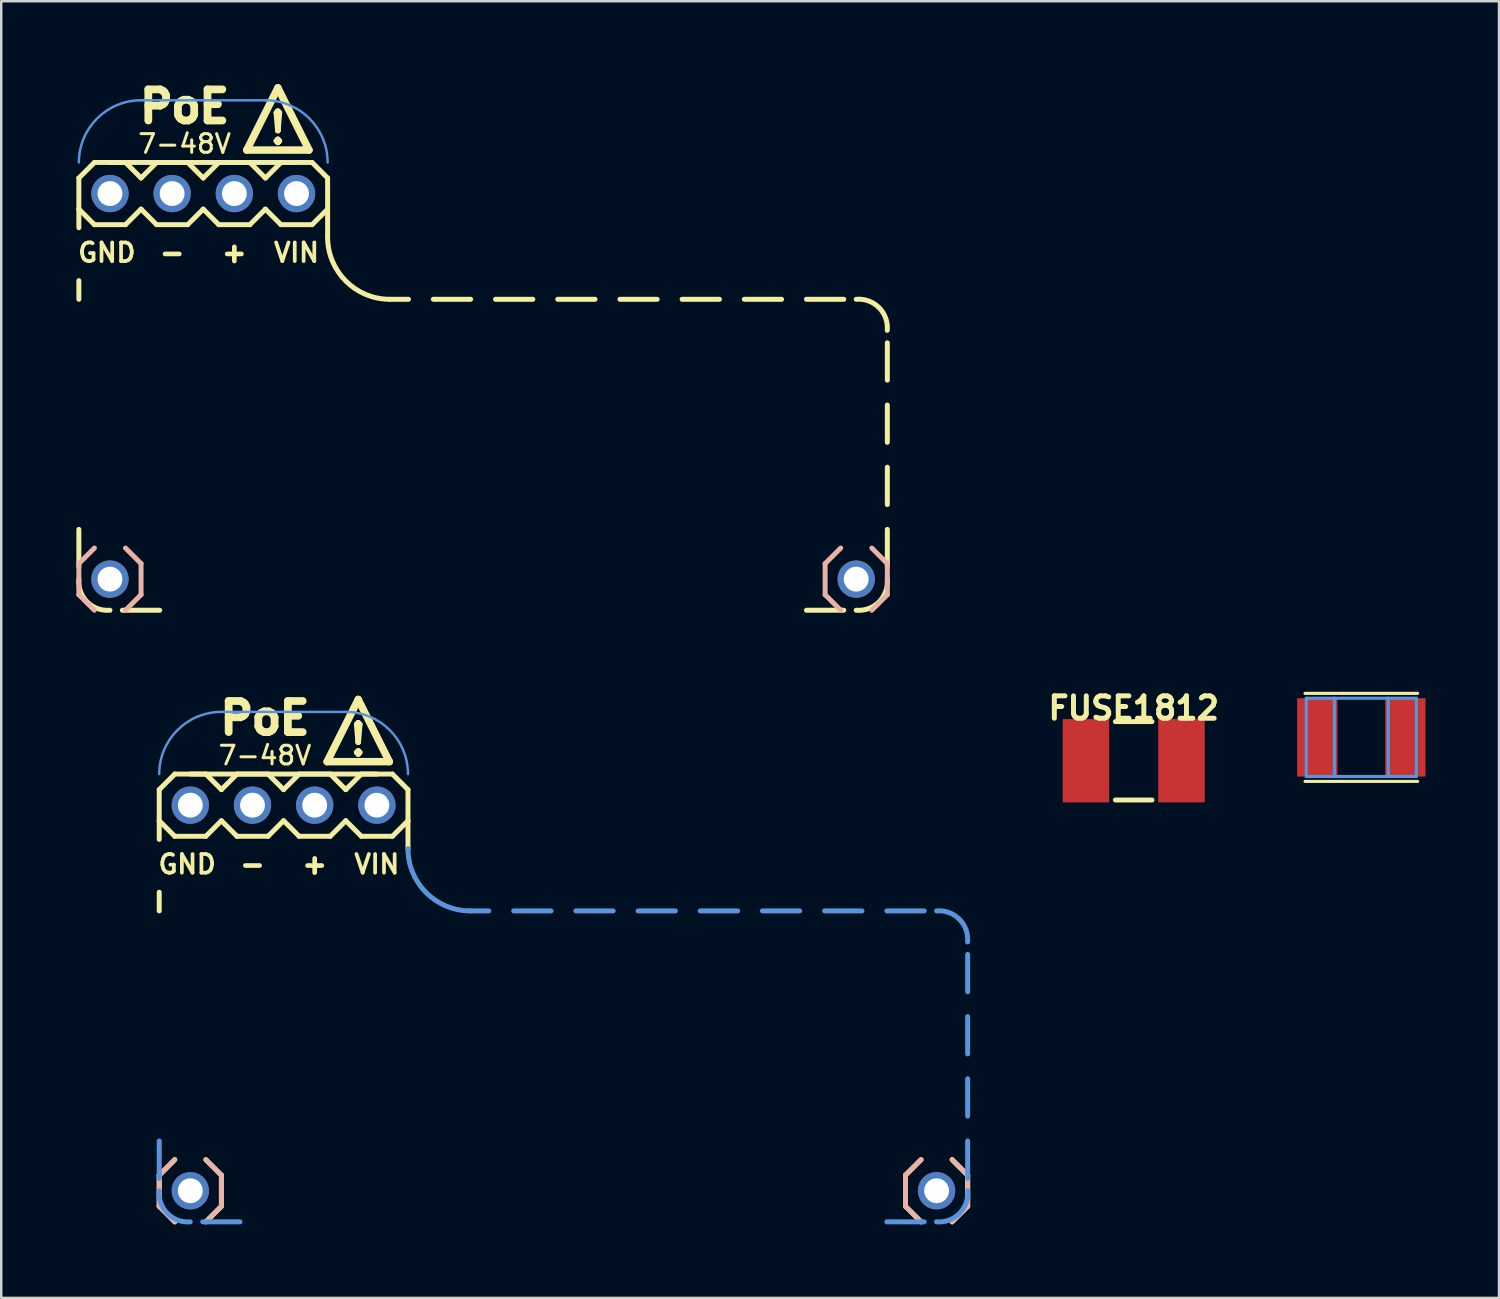
<source format=kicad_pcb>
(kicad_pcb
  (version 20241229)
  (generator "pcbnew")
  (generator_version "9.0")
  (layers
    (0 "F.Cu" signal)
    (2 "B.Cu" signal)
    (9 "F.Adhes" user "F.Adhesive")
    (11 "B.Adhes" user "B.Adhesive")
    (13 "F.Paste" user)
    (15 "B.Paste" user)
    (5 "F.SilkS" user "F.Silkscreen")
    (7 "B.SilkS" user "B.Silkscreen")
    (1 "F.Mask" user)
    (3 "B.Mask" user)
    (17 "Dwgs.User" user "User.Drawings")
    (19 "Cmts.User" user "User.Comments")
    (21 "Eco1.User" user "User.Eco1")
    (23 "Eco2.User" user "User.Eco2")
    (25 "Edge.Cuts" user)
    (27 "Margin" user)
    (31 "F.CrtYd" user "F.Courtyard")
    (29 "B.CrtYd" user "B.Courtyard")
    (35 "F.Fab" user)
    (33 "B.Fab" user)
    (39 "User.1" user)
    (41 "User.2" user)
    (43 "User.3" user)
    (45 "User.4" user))
  (footprint "FT-POE-MODULE"
    (layer "F.Cu")
    (at 1.441 4.856)
    (property "Reference" "FT-POE-MODULE" (at 3.937 3.81 0) (layer "Eco1.User") (effects (font (size 0.762 0.762) (thickness 0.127))))
    (attr through_hole)
    (fp_line (start -1.27 -0.635) (end -1.27 0.635) (stroke (width 0.203) (type solid)) (layer "F.SilkS"))
    (fp_line (start -1.27 0.635) (end -1.27 1.397) (stroke (width 0.203) (type solid)) (layer "F.SilkS"))
    (fp_line (start -1.27 0.635) (end -0.635 1.27) (stroke (width 0.203) (type solid)) (layer "F.SilkS"))
    (fp_line (start -1.27 3.556) (end -1.27 4.318) (stroke (width 0.203) (type solid)) (layer "F.SilkS"))
    (fp_line (start -1.27 13.716) (end -1.27 15.24) (stroke (width 0.203) (type solid)) (layer "F.SilkS"))
    (fp_line (start -0.635 -1.27) (end -1.27 -0.635) (stroke (width 0.203) (type solid)) (layer "F.SilkS"))
    (fp_line (start -0.635 -1.27) (end 0.635 -1.27) (stroke (width 0.203) (type solid)) (layer "F.SilkS"))
    (fp_line (start 0.635 -1.27) (end 1.27 -0.635) (stroke (width 0.203) (type solid)) (layer "F.SilkS"))
    (fp_line (start 0.635 1.27) (end -0.635 1.27) (stroke (width 0.203) (type solid)) (layer "F.SilkS"))
    (fp_line (start 1.27 -0.635) (end 1.905 -1.27) (stroke (width 0.203) (type solid)) (layer "F.SilkS"))
    (fp_line (start 1.27 0.635) (end 0.635 1.27) (stroke (width 0.203) (type solid)) (layer "F.SilkS"))
    (fp_line (start 1.905 -1.27) (end 3.175 -1.27) (stroke (width 0.203) (type solid)) (layer "F.SilkS"))
    (fp_line (start 1.905 1.27) (end 1.27 0.635) (stroke (width 0.203) (type solid)) (layer "F.SilkS"))
    (fp_line (start 2.032 17.018) (end 0.508 17.018) (stroke (width 0.203) (type solid)) (layer "F.SilkS"))
    (fp_line (start 3.175 -1.27) (end 3.81 -0.635) (stroke (width 0.203) (type solid)) (layer "F.SilkS"))
    (fp_line (start 3.175 1.27) (end 1.905 1.27) (stroke (width 0.203) (type solid)) (layer "F.SilkS"))
    (fp_line (start 3.81 -0.635) (end 4.445 -1.27) (stroke (width 0.203) (type solid)) (layer "F.SilkS"))
    (fp_line (start 3.81 0.635) (end 3.175 1.27) (stroke (width 0.203) (type solid)) (layer "F.SilkS"))
    (fp_line (start 4.445 -1.27) (end 5.715 -1.27) (stroke (width 0.203) (type solid)) (layer "F.SilkS"))
    (fp_line (start 4.445 1.27) (end 3.81 0.635) (stroke (width 0.203) (type solid)) (layer "F.SilkS"))
    (fp_line (start 5.588 -1.778) (end 6.858 -4.318) (stroke (width 0.305) (type solid)) (layer "F.SilkS"))
    (fp_line (start 5.715 -1.27) (end 6.35 -0.635) (stroke (width 0.203) (type solid)) (layer "F.SilkS"))
    (fp_line (start 5.715 1.27) (end 4.445 1.27) (stroke (width 0.203) (type solid)) (layer "F.SilkS"))
    (fp_line (start 6.35 0.635) (end 5.715 1.27) (stroke (width 0.203) (type solid)) (layer "F.SilkS"))
    (fp_line (start 6.35 0.635) (end 6.985 1.27) (stroke (width 0.203) (type solid)) (layer "F.SilkS"))
    (fp_line (start 6.858 -4.318) (end 8.128 -1.778) (stroke (width 0.305) (type solid)) (layer "F.SilkS"))
    (fp_line (start 6.985 -1.27) (end 6.35 -0.635) (stroke (width 0.203) (type solid)) (layer "F.SilkS"))
    (fp_line (start 6.985 -1.27) (end 8.255 -1.27) (stroke (width 0.203) (type solid)) (layer "F.SilkS"))
    (fp_line (start 7.62 -1.27) (end 0 -1.27) (stroke (width 0.203) (type solid)) (layer "F.SilkS"))
    (fp_line (start 8.128 -1.778) (end 5.588 -1.778) (stroke (width 0.305) (type solid)) (layer "F.SilkS"))
    (fp_line (start 8.255 -1.27) (end 8.89 -0.635) (stroke (width 0.203) (type solid)) (layer "F.SilkS"))
    (fp_line (start 8.255 1.27) (end 6.985 1.27) (stroke (width 0.203) (type solid)) (layer "F.SilkS"))
    (fp_line (start 8.89 -0.635) (end 8.89 0.635) (stroke (width 0.203) (type solid)) (layer "F.SilkS"))
    (fp_line (start 8.89 0.635) (end 8.255 1.27) (stroke (width 0.203) (type solid)) (layer "F.SilkS"))
    (fp_line (start 8.89 1.778) (end 8.89 0.635) (stroke (width 0.203) (type solid)) (layer "F.SilkS"))
    (fp_line (start 12.192 4.318) (end 11.43 4.318) (stroke (width 0.203) (type solid)) (layer "F.SilkS"))
    (fp_line (start 14.732 4.318) (end 13.208 4.318) (stroke (width 0.203) (type solid)) (layer "F.SilkS"))
    (fp_line (start 17.272 4.318) (end 15.748 4.318) (stroke (width 0.203) (type solid)) (layer "F.SilkS"))
    (fp_line (start 19.812 4.318) (end 18.288 4.318) (stroke (width 0.203) (type solid)) (layer "F.SilkS"))
    (fp_line (start 22.352 4.318) (end 20.828 4.318) (stroke (width 0.203) (type solid)) (layer "F.SilkS"))
    (fp_line (start 24.892 4.318) (end 23.368 4.318) (stroke (width 0.203) (type solid)) (layer "F.SilkS"))
    (fp_line (start 27.432 4.318) (end 25.908 4.318) (stroke (width 0.203) (type solid)) (layer "F.SilkS"))
    (fp_line (start 29.972 4.318) (end 28.448 4.318) (stroke (width 0.203) (type solid)) (layer "F.SilkS"))
    (fp_line (start 29.972 17.018) (end 28.448 17.018) (stroke (width 0.203) (type solid)) (layer "F.SilkS"))
    (fp_line (start 31.75 6.096) (end 31.75 7.62) (stroke (width 0.203) (type solid)) (layer "F.SilkS"))
    (fp_line (start 31.75 8.636) (end 31.75 10.16) (stroke (width 0.203) (type solid)) (layer "F.SilkS"))
    (fp_line (start 31.75 11.176) (end 31.75 12.7) (stroke (width 0.203) (type solid)) (layer "F.SilkS"))
    (fp_line (start 31.75 13.716) (end 31.75 15.24) (stroke (width 0.203) (type solid)) (layer "F.SilkS"))
    (fp_arc (start 0 17.018) (mid -0.931339 16.678463) (end -1.269892 15.746766) (stroke (width 0.2032) (type solid)) (layer "F.SilkS"))
    (fp_arc (start 11.43 4.318) (mid 9.633949 3.574051) (end 8.89 1.778) (stroke (width 0.2032) (type solid)) (layer "F.SilkS"))
    (fp_arc (start 30.48 4.318) (mid 31.409393 4.65663) (end 31.747391 5.586253) (stroke (width 0.2032) (type solid)) (layer "F.SilkS"))
    (fp_arc (start 31.75 15.748) (mid 31.410463 16.679339) (end 30.478766 17.017892) (stroke (width 0.2032) (type solid)) (layer "F.SilkS"))
    (fp_line (start -1.27 15.113) (end -1.27 16.383) (stroke (width 0.203) (type solid)) (layer "B.SilkS"))
    (fp_line (start -1.27 16.383) (end -0.635 17.018) (stroke (width 0.203) (type solid)) (layer "B.SilkS"))
    (fp_line (start -0.635 14.478) (end -1.27 15.113) (stroke (width 0.203) (type solid)) (layer "B.SilkS"))
    (fp_line (start 0.635 17.018) (end 1.27 16.383) (stroke (width 0.203) (type solid)) (layer "B.SilkS"))
    (fp_line (start 1.27 15.113) (end 0.635 14.478) (stroke (width 0.203) (type solid)) (layer "B.SilkS"))
    (fp_line (start 1.27 16.383) (end 1.27 15.113) (stroke (width 0.203) (type solid)) (layer "B.SilkS"))
    (fp_line (start 29.21 15.113) (end 29.21 16.383) (stroke (width 0.203) (type solid)) (layer "B.SilkS"))
    (fp_line (start 29.21 16.383) (end 29.845 17.018) (stroke (width 0.203) (type solid)) (layer "B.SilkS"))
    (fp_line (start 29.845 14.478) (end 29.21 15.113) (stroke (width 0.203) (type solid)) (layer "B.SilkS"))
    (fp_line (start 31.115 17.018) (end 31.75 16.383) (stroke (width 0.203) (type solid)) (layer "B.SilkS"))
    (fp_line (start 31.75 15.113) (end 31.115 14.478) (stroke (width 0.203) (type solid)) (layer "B.SilkS"))
    (fp_line (start 31.75 16.383) (end 31.75 15.113) (stroke (width 0.203) (type solid)) (layer "B.SilkS"))
    (fp_line (start 1.27 -3.81) (end 6.35 -3.81) (stroke (width 0.1) (type solid)) (layer "Cmts.User"))
    (fp_arc (start -1.27 -1.27) (mid -0.526051 -3.066051) (end 1.27 -3.81) (stroke (width 0.1) (type solid)) (layer "Cmts.User"))
    (fp_arc (start 6.35 -3.81) (mid 8.146051 -3.066051) (end 8.89 -1.27) (stroke (width 0.1) (type solid)) (layer "Cmts.User"))
    (fp_text user "VIN" (at 7.62 2.413 0) (layer "F.SilkS") (effects (font (size 0.762 0.762) (thickness 0.152))))
    (fp_text user "7-48V" (at 3.048 -2.032 0) (layer "F.SilkS") (effects (font (size 0.762 0.762) (thickness 0.122))))
    (fp_text user "GND" (at -0.127 2.413 0) (layer "F.SilkS") (effects (font (size 0.762 0.762) (thickness 0.152))))
    (fp_text user "PoE" (at 3.048 -3.556 0) (layer "F.SilkS") (effects (font (size 1.27 1.27) (thickness 0.318))))
    (fp_text user "!" (at 6.858 -2.667 0) (layer "F.SilkS") (effects (font (size 1.27 1.27) (thickness 0.229))))
    (fp_text user "+" (at 5.08 2.413 0) (layer "F.SilkS") (effects (font (size 0.762 0.762) (thickness 0.191))))
    (fp_text user "-" (at 2.54 2.413 0) (layer "F.SilkS") (effects (font (size 0.762 0.762) (thickness 0.191))))
    (pad "1" thru_hole oval (at 0 0 90) (size 1.524 1.524) (drill 1.016) (layers "*.Cu" "*.Mask"))
    (pad "1" thru_hole oval (at 0 15.748 90) (size 1.524 1.524) (drill 1.016) (layers "*.Cu" "*.Mask"))
    (pad "2" thru_hole oval (at 2.54 0 90) (size 1.524 1.524) (drill 1.016) (layers "*.Cu" "*.Mask"))
    (pad "3" thru_hole oval (at 5.08 0 90) (size 1.524 1.524) (drill 1.016) (layers "*.Cu" "*.Mask"))
    (pad "4" thru_hole oval (at 7.62 0 90) (size 1.524 1.524) (drill 1.016) (layers "*.Cu" "*.Mask"))
    (pad "MNT2" thru_hole oval (at 30.48 15.748 90) (size 1.524 1.524) (drill 1.016) (layers "*.Cu" "*.Mask")))
  (footprint "FUSE1812"
    (layer "F.Cu")
    (at 43.254 28.021)
    (property "Reference" "FUSE1812" (at 0 -2.149 0) (layer "F.SilkS") (effects (font (size 0.914 0.914) (thickness 0.203))))
    (attr smd)
    (fp_line (start -0.749 -1.598) (end 0.749 -1.598) (stroke (width 0.201) (type solid)) (layer "F.SilkS"))
    (fp_line (start -0.749 1.603) (end 0.749 1.603) (stroke (width 0.201) (type solid)) (layer "F.SilkS"))
    (pad "1" smd rect (at -1.951 0) (size 1.9 3.401) (layers "F.Cu" "F.Mask" "F.Paste"))
    (pad "2" smd rect (at 1.951 0) (size 1.9 3.401) (layers "F.Cu" "F.Mask" "F.Paste")))
  (footprint "FT-POE-MODULE-NOOUTLINE"
    (layer "F.Cu")
    (at 4.723 29.836)
    (property "Reference" "FT-POE-MODULE-NOOUTLINE" (at 3.937 3.81 0) (layer "Eco1.User") (effects (font (size 0.762 0.762) (thickness 0.127))))
    (attr through_hole)
    (fp_line (start -1.27 -0.635) (end -1.27 0.635) (stroke (width 0.203) (type solid)) (layer "F.SilkS"))
    (fp_line (start -1.27 0.635) (end -1.27 1.397) (stroke (width 0.203) (type solid)) (layer "F.SilkS"))
    (fp_line (start -1.27 0.635) (end -0.635 1.27) (stroke (width 0.203) (type solid)) (layer "F.SilkS"))
    (fp_line (start -1.27 3.556) (end -1.27 4.318) (stroke (width 0.203) (type solid)) (layer "F.SilkS"))
    (fp_line (start -1.27 15.113) (end -0.635 14.478) (stroke (width 0.203) (type solid)) (layer "F.SilkS"))
    (fp_line (start -1.27 16.383) (end -1.27 15.113) (stroke (width 0.203) (type solid)) (layer "F.SilkS"))
    (fp_line (start -0.635 -1.27) (end -1.27 -0.635) (stroke (width 0.203) (type solid)) (layer "F.SilkS"))
    (fp_line (start -0.635 -1.27) (end 0.635 -1.27) (stroke (width 0.203) (type solid)) (layer "F.SilkS"))
    (fp_line (start -0.635 17.018) (end -1.27 16.383) (stroke (width 0.203) (type solid)) (layer "F.SilkS"))
    (fp_line (start 0.635 -1.27) (end 1.27 -0.635) (stroke (width 0.203) (type solid)) (layer "F.SilkS"))
    (fp_line (start 0.635 1.27) (end -0.635 1.27) (stroke (width 0.203) (type solid)) (layer "F.SilkS"))
    (fp_line (start 0.635 14.478) (end 1.27 15.113) (stroke (width 0.203) (type solid)) (layer "F.SilkS"))
    (fp_line (start 1.27 -0.635) (end 1.905 -1.27) (stroke (width 0.203) (type solid)) (layer "F.SilkS"))
    (fp_line (start 1.27 0.635) (end 0.635 1.27) (stroke (width 0.203) (type solid)) (layer "F.SilkS"))
    (fp_line (start 1.27 15.113) (end 1.27 16.383) (stroke (width 0.203) (type solid)) (layer "F.SilkS"))
    (fp_line (start 1.27 16.383) (end 0.635 17.018) (stroke (width 0.203) (type solid)) (layer "F.SilkS"))
    (fp_line (start 1.905 -1.27) (end 3.175 -1.27) (stroke (width 0.203) (type solid)) (layer "F.SilkS"))
    (fp_line (start 1.905 1.27) (end 1.27 0.635) (stroke (width 0.203) (type solid)) (layer "F.SilkS"))
    (fp_line (start 3.175 -1.27) (end 3.81 -0.635) (stroke (width 0.203) (type solid)) (layer "F.SilkS"))
    (fp_line (start 3.175 1.27) (end 1.905 1.27) (stroke (width 0.203) (type solid)) (layer "F.SilkS"))
    (fp_line (start 3.81 -0.635) (end 4.445 -1.27) (stroke (width 0.203) (type solid)) (layer "F.SilkS"))
    (fp_line (start 3.81 0.635) (end 3.175 1.27) (stroke (width 0.203) (type solid)) (layer "F.SilkS"))
    (fp_line (start 4.445 -1.27) (end 5.715 -1.27) (stroke (width 0.203) (type solid)) (layer "F.SilkS"))
    (fp_line (start 4.445 1.27) (end 3.81 0.635) (stroke (width 0.203) (type solid)) (layer "F.SilkS"))
    (fp_line (start 5.588 -1.778) (end 6.858 -4.318) (stroke (width 0.305) (type solid)) (layer "F.SilkS"))
    (fp_line (start 5.715 -1.27) (end 6.35 -0.635) (stroke (width 0.203) (type solid)) (layer "F.SilkS"))
    (fp_line (start 5.715 1.27) (end 4.445 1.27) (stroke (width 0.203) (type solid)) (layer "F.SilkS"))
    (fp_line (start 6.35 0.635) (end 5.715 1.27) (stroke (width 0.203) (type solid)) (layer "F.SilkS"))
    (fp_line (start 6.35 0.635) (end 6.985 1.27) (stroke (width 0.203) (type solid)) (layer "F.SilkS"))
    (fp_line (start 6.858 -4.318) (end 8.128 -1.778) (stroke (width 0.305) (type solid)) (layer "F.SilkS"))
    (fp_line (start 6.985 -1.27) (end 6.35 -0.635) (stroke (width 0.203) (type solid)) (layer "F.SilkS"))
    (fp_line (start 6.985 -1.27) (end 8.255 -1.27) (stroke (width 0.203) (type solid)) (layer "F.SilkS"))
    (fp_line (start 7.62 -1.27) (end 0 -1.27) (stroke (width 0.203) (type solid)) (layer "F.SilkS"))
    (fp_line (start 8.128 -1.778) (end 5.588 -1.778) (stroke (width 0.305) (type solid)) (layer "F.SilkS"))
    (fp_line (start 8.255 -1.27) (end 8.89 -0.635) (stroke (width 0.203) (type solid)) (layer "F.SilkS"))
    (fp_line (start 8.255 1.27) (end 6.985 1.27) (stroke (width 0.203) (type solid)) (layer "F.SilkS"))
    (fp_line (start 8.89 -0.635) (end 8.89 0.635) (stroke (width 0.203) (type solid)) (layer "F.SilkS"))
    (fp_line (start 8.89 0.635) (end 8.255 1.27) (stroke (width 0.203) (type solid)) (layer "F.SilkS"))
    (fp_line (start 8.89 1.778) (end 8.89 0.635) (stroke (width 0.203) (type solid)) (layer "F.SilkS"))
    (fp_line (start 29.21 15.113) (end 29.845 14.478) (stroke (width 0.203) (type solid)) (layer "F.SilkS"))
    (fp_line (start 29.21 16.383) (end 29.21 15.113) (stroke (width 0.203) (type solid)) (layer "F.SilkS"))
    (fp_line (start 29.845 17.018) (end 29.21 16.383) (stroke (width 0.203) (type solid)) (layer "F.SilkS"))
    (fp_line (start 31.115 14.478) (end 31.75 15.113) (stroke (width 0.203) (type solid)) (layer "F.SilkS"))
    (fp_line (start 31.75 15.113) (end 31.75 16.383) (stroke (width 0.203) (type solid)) (layer "F.SilkS"))
    (fp_line (start 31.75 16.383) (end 31.115 17.018) (stroke (width 0.203) (type solid)) (layer "F.SilkS"))
    (fp_line (start -1.27 15.113) (end -1.27 16.383) (stroke (width 0.203) (type solid)) (layer "B.SilkS"))
    (fp_line (start -1.27 16.383) (end -0.635 17.018) (stroke (width 0.203) (type solid)) (layer "B.SilkS"))
    (fp_line (start -0.635 14.478) (end -1.27 15.113) (stroke (width 0.203) (type solid)) (layer "B.SilkS"))
    (fp_line (start 0.635 17.018) (end 1.27 16.383) (stroke (width 0.203) (type solid)) (layer "B.SilkS"))
    (fp_line (start 1.27 15.113) (end 0.635 14.478) (stroke (width 0.203) (type solid)) (layer "B.SilkS"))
    (fp_line (start 1.27 16.383) (end 1.27 15.113) (stroke (width 0.203) (type solid)) (layer "B.SilkS"))
    (fp_line (start 29.21 15.113) (end 29.21 16.383) (stroke (width 0.203) (type solid)) (layer "B.SilkS"))
    (fp_line (start 29.21 16.383) (end 29.845 17.018) (stroke (width 0.203) (type solid)) (layer "B.SilkS"))
    (fp_line (start 29.845 14.478) (end 29.21 15.113) (stroke (width 0.203) (type solid)) (layer "B.SilkS"))
    (fp_line (start 31.115 17.018) (end 31.75 16.383) (stroke (width 0.203) (type solid)) (layer "B.SilkS"))
    (fp_line (start 31.75 15.113) (end 31.115 14.478) (stroke (width 0.203) (type solid)) (layer "B.SilkS"))
    (fp_line (start 31.75 16.383) (end 31.75 15.113) (stroke (width 0.203) (type solid)) (layer "B.SilkS"))
    (fp_line (start -1.27 13.716) (end -1.27 15.24) (stroke (width 0.203) (type solid)) (layer "Cmts.User"))
    (fp_line (start 1.27 -3.81) (end 6.35 -3.81) (stroke (width 0.1) (type solid)) (layer "Cmts.User"))
    (fp_line (start 2.032 17.018) (end 0.508 17.018) (stroke (width 0.203) (type solid)) (layer "Cmts.User"))
    (fp_line (start 12.192 4.318) (end 11.43 4.318) (stroke (width 0.203) (type solid)) (layer "Cmts.User"))
    (fp_line (start 14.732 4.318) (end 13.208 4.318) (stroke (width 0.203) (type solid)) (layer "Cmts.User"))
    (fp_line (start 17.272 4.318) (end 15.748 4.318) (stroke (width 0.203) (type solid)) (layer "Cmts.User"))
    (fp_line (start 19.812 4.318) (end 18.288 4.318) (stroke (width 0.203) (type solid)) (layer "Cmts.User"))
    (fp_line (start 22.352 4.318) (end 20.828 4.318) (stroke (width 0.203) (type solid)) (layer "Cmts.User"))
    (fp_line (start 24.892 4.318) (end 23.368 4.318) (stroke (width 0.203) (type solid)) (layer "Cmts.User"))
    (fp_line (start 27.432 4.318) (end 25.908 4.318) (stroke (width 0.203) (type solid)) (layer "Cmts.User"))
    (fp_line (start 29.972 4.318) (end 28.448 4.318) (stroke (width 0.203) (type solid)) (layer "Cmts.User"))
    (fp_line (start 29.972 17.018) (end 28.448 17.018) (stroke (width 0.203) (type solid)) (layer "Cmts.User"))
    (fp_line (start 31.75 6.096) (end 31.75 7.62) (stroke (width 0.203) (type solid)) (layer "Cmts.User"))
    (fp_line (start 31.75 8.636) (end 31.75 10.16) (stroke (width 0.203) (type solid)) (layer "Cmts.User"))
    (fp_line (start 31.75 11.176) (end 31.75 12.7) (stroke (width 0.203) (type solid)) (layer "Cmts.User"))
    (fp_line (start 31.75 13.716) (end 31.75 15.24) (stroke (width 0.203) (type solid)) (layer "Cmts.User"))
    (fp_arc (start -1.27 -1.27) (mid -0.526051 -3.066051) (end 1.27 -3.81) (stroke (width 0.1) (type solid)) (layer "Cmts.User"))
    (fp_arc (start 0 17.018) (mid -0.931339 16.678463) (end -1.269892 15.746766) (stroke (width 0.2032) (type solid)) (layer "Cmts.User"))
    (fp_arc (start 6.35 -3.81) (mid 8.146051 -3.066051) (end 8.89 -1.27) (stroke (width 0.1) (type solid)) (layer "Cmts.User"))
    (fp_arc (start 11.43 4.318) (mid 9.633949 3.574051) (end 8.89 1.778) (stroke (width 0.2032) (type solid)) (layer "Cmts.User"))
    (fp_arc (start 30.48 4.318) (mid 31.409393 4.65663) (end 31.747391 5.586253) (stroke (width 0.2032) (type solid)) (layer "Cmts.User"))
    (fp_arc (start 31.75 15.748) (mid 31.410463 16.679339) (end 30.478766 17.017892) (stroke (width 0.2032) (type solid)) (layer "Cmts.User"))
    (fp_text user "+" (at 5.08 2.413 0) (layer "F.SilkS") (effects (font (size 0.762 0.762) (thickness 0.191))))
    (fp_text user "VIN" (at 7.62 2.413 0) (layer "F.SilkS") (effects (font (size 0.762 0.762) (thickness 0.152))))
    (fp_text user "-" (at 2.54 2.413 0) (layer "F.SilkS") (effects (font (size 0.762 0.762) (thickness 0.191))))
    (fp_text user "PoE" (at 3.048 -3.556 0) (layer "F.SilkS") (effects (font (size 1.27 1.27) (thickness 0.318))))
    (fp_text user "!" (at 6.858 -2.667 0) (layer "F.SilkS") (effects (font (size 1.27 1.27) (thickness 0.229))))
    (fp_text user "GND" (at -0.127 2.413 0) (layer "F.SilkS") (effects (font (size 0.762 0.762) (thickness 0.152))))
    (fp_text user "7-48V" (at 3.048 -2.032 0) (layer "F.SilkS") (effects (font (size 0.762 0.762) (thickness 0.122))))
    (pad "1" thru_hole oval (at 0 0 90) (size 1.524 1.524) (drill 1.016) (layers "*.Cu" "*.Mask"))
    (pad "1" thru_hole oval (at 0 15.748 90) (size 1.524 1.524) (drill 1.016) (layers "*.Cu" "*.Mask"))
    (pad "2" thru_hole oval (at 2.54 0 90) (size 1.524 1.524) (drill 1.016) (layers "*.Cu" "*.Mask"))
    (pad "3" thru_hole oval (at 5.08 0 90) (size 1.524 1.524) (drill 1.016) (layers "*.Cu" "*.Mask"))
    (pad "4" thru_hole oval (at 7.62 0 90) (size 1.524 1.524) (drill 1.016) (layers "*.Cu" "*.Mask"))
    (pad "MNT2" thru_hole oval (at 30.48 15.748 90) (size 1.524 1.524) (drill 1.016) (layers "*.Cu" "*.Mask")))
  (footprint "GRM43D"
    (layer "F.Cu")
    (at 52.551 27.067)
    (property "Reference" "GRM43D" (at -1.186 -1.796 0) (layer "Eco1.User") (effects (font (size 0.406 0.406) (thickness 0.03))))
    (attr through_hole)
    (fp_line (start -2.299 -1.798) (end -0.798 -1.798) (stroke (width 0.127) (type solid)) (layer "F.SilkS"))
    (fp_line (start -2.299 1.798) (end -0.798 1.798) (stroke (width 0.127) (type solid)) (layer "F.SilkS"))
    (fp_line (start -0.798 -1.798) (end 2.299 -1.798) (stroke (width 0.127) (type solid)) (layer "F.SilkS"))
    (fp_line (start -0.798 1.798) (end 2.299 1.798) (stroke (width 0.127) (type solid)) (layer "F.SilkS"))
    (fp_line (start -2.248 -1.598) (end -2.248 1.598) (stroke (width 0.127) (type solid)) (layer "Cmts.User"))
    (fp_line (start -2.248 1.598) (end -1.1 1.598) (stroke (width 0.127) (type solid)) (layer "Cmts.User"))
    (fp_line (start -1.1 -1.598) (end -2.248 -1.598) (stroke (width 0.127) (type solid)) (layer "Cmts.User"))
    (fp_line (start -1.1 -1.598) (end -1.1 1.598) (stroke (width 0.127) (type solid)) (layer "Cmts.User"))
    (fp_line (start -1.1 1.598) (end 1.1 1.598) (stroke (width 0.127) (type solid)) (layer "Cmts.User"))
    (fp_line (start 1.1 -1.598) (end -1.1 -1.598) (stroke (width 0.127) (type solid)) (layer "Cmts.User"))
    (fp_line (start 1.1 -1.598) (end 1.1 1.598) (stroke (width 0.127) (type solid)) (layer "Cmts.User"))
    (fp_line (start 1.1 1.598) (end 2.248 1.598) (stroke (width 0.127) (type solid)) (layer "Cmts.User"))
    (fp_line (start 2.248 -1.598) (end 1.1 -1.598) (stroke (width 0.127) (type solid)) (layer "Cmts.User"))
    (fp_line (start 2.248 1.598) (end 2.248 -1.598) (stroke (width 0.127) (type solid)) (layer "Cmts.User"))
    (pad "A" smd rect (at 1.798 0 90) (size 3.198 1.648) (layers "F.Cu" "F.Mask" "F.Paste"))
    (pad "K" smd rect (at -1.798 0 90) (size 3.198 1.648) (layers "F.Cu" "F.Mask" "F.Paste")))
  (gr_rect
    (start -3 -3)
    (end 58.174 49.96)
    (stroke (width 0.1) (type default))
    (fill no)
    (layer "Edge.Cuts")))
</source>
